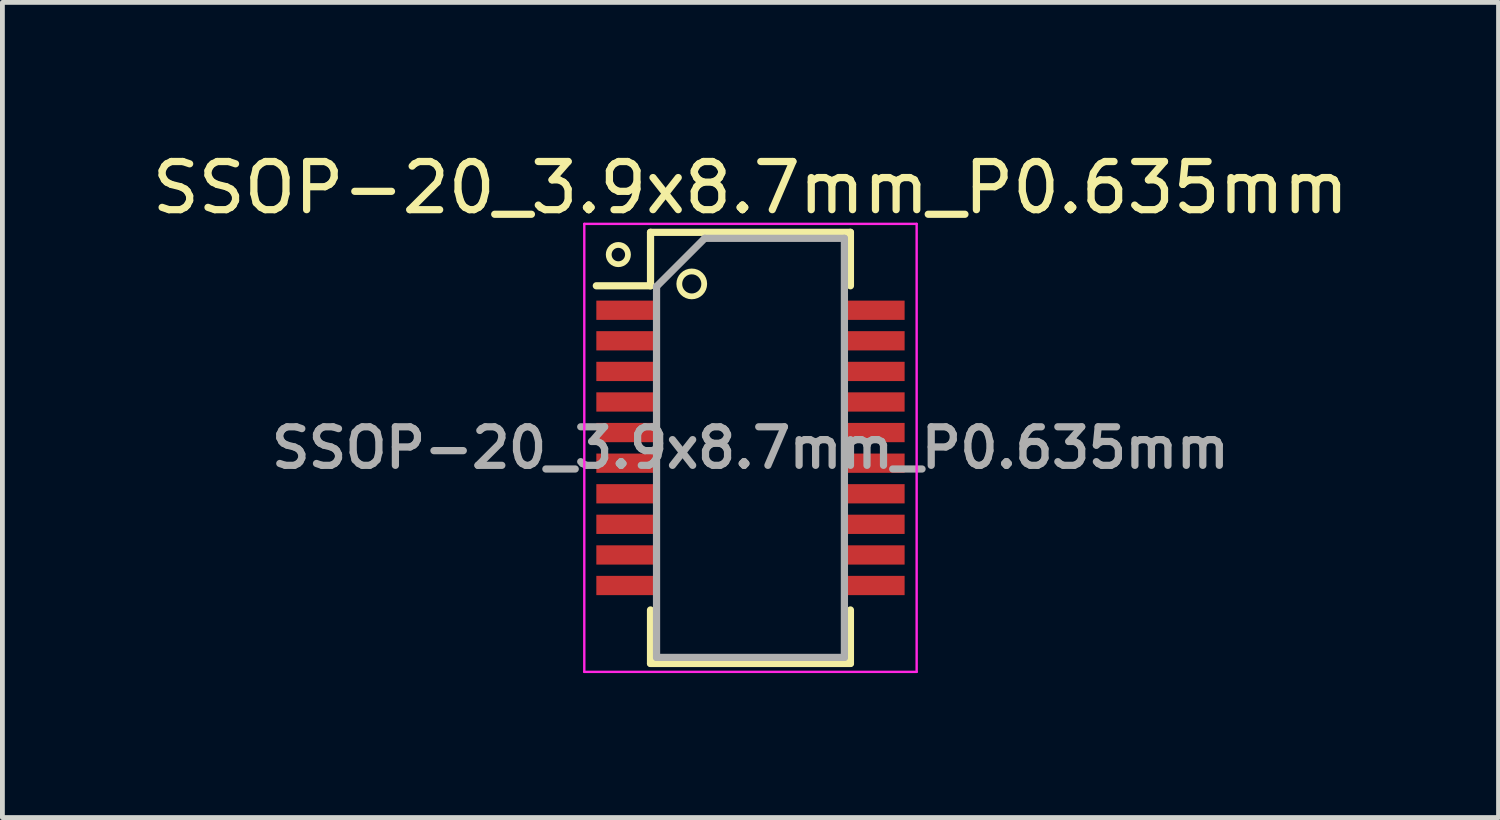
<source format=kicad_pcb>
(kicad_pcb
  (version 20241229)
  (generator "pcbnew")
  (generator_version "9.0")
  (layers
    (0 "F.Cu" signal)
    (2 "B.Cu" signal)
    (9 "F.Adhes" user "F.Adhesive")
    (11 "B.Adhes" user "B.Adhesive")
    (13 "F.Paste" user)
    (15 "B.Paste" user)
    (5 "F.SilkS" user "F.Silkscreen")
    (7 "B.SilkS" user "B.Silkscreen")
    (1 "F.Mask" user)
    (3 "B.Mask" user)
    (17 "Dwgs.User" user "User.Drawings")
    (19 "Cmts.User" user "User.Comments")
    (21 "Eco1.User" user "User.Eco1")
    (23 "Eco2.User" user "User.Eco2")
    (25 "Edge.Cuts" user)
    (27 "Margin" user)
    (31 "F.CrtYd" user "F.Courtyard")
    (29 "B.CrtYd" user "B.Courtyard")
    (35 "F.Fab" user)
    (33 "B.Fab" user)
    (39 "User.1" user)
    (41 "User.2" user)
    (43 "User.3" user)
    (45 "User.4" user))
  (footprint "SSOP-20_3.9x8.7mm_P0.635mm"
    (layer "F.Cu")
    (at 12.53 6.248)
    (property "Reference" "SSOP-20_3.9x8.7mm_P0.635mm" (at 0 -5.4 180) (layer "F.SilkS") (effects (font (size 1 1) (thickness 0.15))))
    (attr smd)
    (fp_line (start -2.075 -4.475) (end 2.075 -4.475) (stroke (width 0.15) (type solid)) (layer "F.SilkS"))
    (fp_line (start -2.075 -3.365) (end -3.2 -3.365) (stroke (width 0.15) (type solid)) (layer "F.SilkS"))
    (fp_line (start -2.075 -3.365) (end -2.075 -4.475) (stroke (width 0.15) (type solid)) (layer "F.SilkS"))
    (fp_line (start -2.075 4.475) (end -2.075 3.365) (stroke (width 0.15) (type solid)) (layer "F.SilkS"))
    (fp_line (start -2.075 4.475) (end 2.075 4.475) (stroke (width 0.15) (type solid)) (layer "F.SilkS"))
    (fp_line (start 2.075 -4.475) (end 2.075 -3.365) (stroke (width 0.15) (type solid)) (layer "F.SilkS"))
    (fp_line (start 2.075 4.475) (end 2.075 3.365) (stroke (width 0.15) (type solid)) (layer "F.SilkS"))
    (fp_circle (center -2.743 -4.013) (end -2.543 -4.013) (stroke (width 0.12) (type solid)) (fill no) (layer "F.SilkS"))
    (fp_circle (center -1.219 -3.404) (end -0.965 -3.454) (stroke (width 0.12) (type solid)) (fill no) (layer "F.SilkS"))
    (fp_line (start -3.45 -4.65) (end -3.45 4.65) (stroke (width 0.05) (type solid)) (layer "F.CrtYd"))
    (fp_line (start -3.45 -4.65) (end 3.45 -4.65) (stroke (width 0.05) (type solid)) (layer "F.CrtYd"))
    (fp_line (start -3.45 4.65) (end 3.45 4.65) (stroke (width 0.05) (type solid)) (layer "F.CrtYd"))
    (fp_line (start 3.45 -4.65) (end 3.45 4.65) (stroke (width 0.05) (type solid)) (layer "F.CrtYd"))
    (fp_line (start -1.95 -3.35) (end -0.95 -4.35) (stroke (width 0.15) (type solid)) (layer "F.Fab"))
    (fp_line (start -1.95 4.35) (end -1.95 -3.35) (stroke (width 0.15) (type solid)) (layer "F.Fab"))
    (fp_line (start -0.95 -4.35) (end 1.95 -4.35) (stroke (width 0.15) (type solid)) (layer "F.Fab"))
    (fp_line (start 1.95 -4.35) (end 1.95 4.35) (stroke (width 0.15) (type solid)) (layer "F.Fab"))
    (fp_line (start 1.95 4.35) (end -1.95 4.35) (stroke (width 0.15) (type solid)) (layer "F.Fab"))
    (fp_text user "${REFERENCE}" (at 0 0 180) (layer "F.Fab") (effects (font (size 0.8 0.8) (thickness 0.15))))
    (pad "1" smd rect (at -2.6 -2.857) (size 1.2 0.4) (layers "F.Cu" "F.Mask" "F.Paste"))
    (pad "2" smd rect (at -2.6 -2.223) (size 1.2 0.4) (layers "F.Cu" "F.Mask" "F.Paste"))
    (pad "3" smd rect (at -2.6 -1.587) (size 1.2 0.4) (layers "F.Cu" "F.Mask" "F.Paste"))
    (pad "4" smd rect (at -2.6 -0.953) (size 1.2 0.4) (layers "F.Cu" "F.Mask" "F.Paste"))
    (pad "5" smd rect (at -2.6 -0.318) (size 1.2 0.4) (layers "F.Cu" "F.Mask" "F.Paste"))
    (pad "6" smd rect (at -2.6 0.318) (size 1.2 0.4) (layers "F.Cu" "F.Mask" "F.Paste"))
    (pad "7" smd rect (at -2.6 0.953) (size 1.2 0.4) (layers "F.Cu" "F.Mask" "F.Paste"))
    (pad "8" smd rect (at -2.6 1.587) (size 1.2 0.4) (layers "F.Cu" "F.Mask" "F.Paste"))
    (pad "9" smd rect (at -2.6 2.223) (size 1.2 0.4) (layers "F.Cu" "F.Mask" "F.Paste"))
    (pad "10" smd rect (at -2.6 2.857) (size 1.2 0.4) (layers "F.Cu" "F.Mask" "F.Paste"))
    (pad "11" smd rect (at 2.6 2.857) (size 1.2 0.4) (layers "F.Cu" "F.Mask" "F.Paste"))
    (pad "12" smd rect (at 2.6 2.223) (size 1.2 0.4) (layers "F.Cu" "F.Mask" "F.Paste"))
    (pad "13" smd rect (at 2.6 1.587) (size 1.2 0.4) (layers "F.Cu" "F.Mask" "F.Paste"))
    (pad "14" smd rect (at 2.6 0.953) (size 1.2 0.4) (layers "F.Cu" "F.Mask" "F.Paste"))
    (pad "15" smd rect (at 2.6 0.318) (size 1.2 0.4) (layers "F.Cu" "F.Mask" "F.Paste"))
    (pad "16" smd rect (at 2.6 -0.318) (size 1.2 0.4) (layers "F.Cu" "F.Mask" "F.Paste"))
    (pad "17" smd rect (at 2.6 -0.953) (size 1.2 0.4) (layers "F.Cu" "F.Mask" "F.Paste"))
    (pad "18" smd rect (at 2.6 -1.587) (size 1.2 0.4) (layers "F.Cu" "F.Mask" "F.Paste"))
    (pad "19" smd rect (at 2.6 -2.223) (size 1.2 0.4) (layers "F.Cu" "F.Mask" "F.Paste"))
    (pad "20" smd rect (at 2.6 -2.857) (size 1.2 0.4) (layers "F.Cu" "F.Mask" "F.Paste")))
  (gr_rect
    (start -3 -3)
    (end 28.06 13.923)
    (stroke (width 0.1) (type default))
    (fill no)
    (layer "Edge.Cuts")))
</source>
